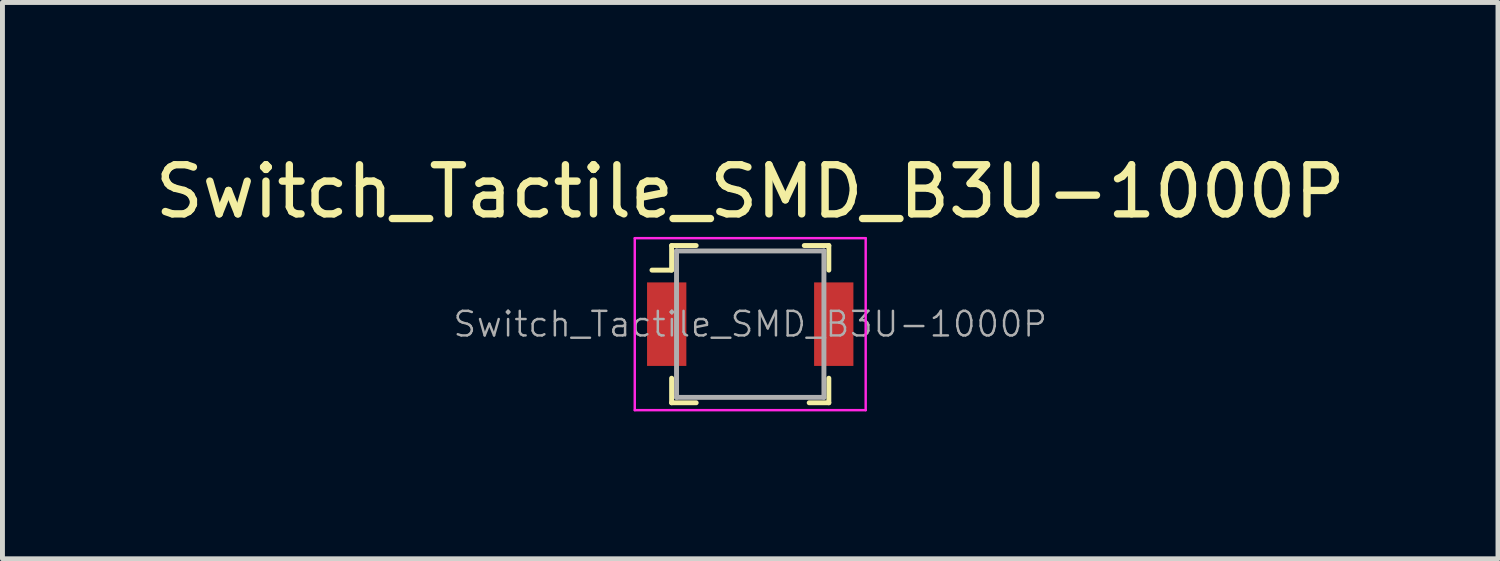
<source format=kicad_pcb>
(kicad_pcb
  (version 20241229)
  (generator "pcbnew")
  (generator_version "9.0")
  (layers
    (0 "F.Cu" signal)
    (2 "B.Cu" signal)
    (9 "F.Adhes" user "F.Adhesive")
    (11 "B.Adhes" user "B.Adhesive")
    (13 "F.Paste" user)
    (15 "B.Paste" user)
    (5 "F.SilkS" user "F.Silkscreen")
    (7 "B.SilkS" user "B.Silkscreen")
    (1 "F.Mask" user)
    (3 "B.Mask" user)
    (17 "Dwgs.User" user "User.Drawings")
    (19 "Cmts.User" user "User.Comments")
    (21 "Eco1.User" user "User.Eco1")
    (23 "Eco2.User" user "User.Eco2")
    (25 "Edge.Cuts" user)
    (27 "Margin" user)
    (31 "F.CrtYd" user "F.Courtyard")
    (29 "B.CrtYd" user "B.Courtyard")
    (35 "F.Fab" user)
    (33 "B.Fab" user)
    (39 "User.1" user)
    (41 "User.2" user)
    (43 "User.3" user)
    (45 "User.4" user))
  (footprint "Switch_Tactile_SMD_B3U-1000P"
    (layer "F.Cu")
    (at 12.22 3.548)
    (property "Reference" "Switch_Tactile_SMD_B3U-1000P" (at 0 -2.7 0) (layer "F.SilkS") (effects (font (size 1 1) (thickness 0.15))))
    (attr smd)
    (fp_line (start -1.6 -1.6) (end -1.6 -1.1) (stroke (width 0.1) (type solid)) (layer "F.SilkS"))
    (fp_line (start -1.6 -1.6) (end -1.1 -1.6) (stroke (width 0.1) (type solid)) (layer "F.SilkS"))
    (fp_line (start -1.6 -1.1) (end -2 -1.1) (stroke (width 0.1) (type solid)) (layer "F.SilkS"))
    (fp_line (start -1.6 1.6) (end -1.6 1.1) (stroke (width 0.1) (type solid)) (layer "F.SilkS"))
    (fp_line (start -1.6 1.6) (end -1.1 1.6) (stroke (width 0.1) (type solid)) (layer "F.SilkS"))
    (fp_line (start 1.6 -1.6) (end 1.1 -1.6) (stroke (width 0.1) (type solid)) (layer "F.SilkS"))
    (fp_line (start 1.6 -1.6) (end 1.6 -1.1) (stroke (width 0.1) (type solid)) (layer "F.SilkS"))
    (fp_line (start 1.6 1.6) (end 1.2 1.6) (stroke (width 0.1) (type solid)) (layer "F.SilkS"))
    (fp_line (start 1.6 1.6) (end 1.6 1.1) (stroke (width 0.1) (type solid)) (layer "F.SilkS"))
    (fp_line (start -2.35 -1.75) (end 2.35 -1.75) (stroke (width 0.05) (type solid)) (layer "F.CrtYd"))
    (fp_line (start -2.35 1.75) (end -2.35 -1.75) (stroke (width 0.05) (type solid)) (layer "F.CrtYd"))
    (fp_line (start -2.35 1.75) (end 2.35 1.75) (stroke (width 0.05) (type solid)) (layer "F.CrtYd"))
    (fp_line (start 2.35 1.75) (end 2.35 -1.75) (stroke (width 0.05) (type solid)) (layer "F.CrtYd"))
    (fp_line (start -1.5 -1.49) (end -1.5 1.49) (stroke (width 0.1) (type solid)) (layer "F.Fab"))
    (fp_line (start -1.5 -1.49) (end 1.5 -1.49) (stroke (width 0.1) (type solid)) (layer "F.Fab"))
    (fp_line (start -1.5 1.49) (end 1.5 1.49) (stroke (width 0.1) (type solid)) (layer "F.Fab"))
    (fp_line (start 1.5 -1.49) (end 1.5 1.49) (stroke (width 0.1) (type solid)) (layer "F.Fab"))
    (fp_text user "${REFERENCE}" (at 0 0 0) (layer "F.Fab") (effects (font (size 0.5 0.5) (thickness 0.05))))
    (pad "1" smd rect (at -1.7 0) (size 0.8 1.7) (layers "F.Cu" "F.Mask" "F.Paste"))
    (pad "2" smd rect (at 1.7 0) (size 0.8 1.7) (layers "F.Cu" "F.Mask" "F.Paste")))
  (gr_rect
    (start -3 -3)
    (end 27.44 8.323)
    (stroke (width 0.1) (type default))
    (fill no)
    (layer "Edge.Cuts")))
</source>
